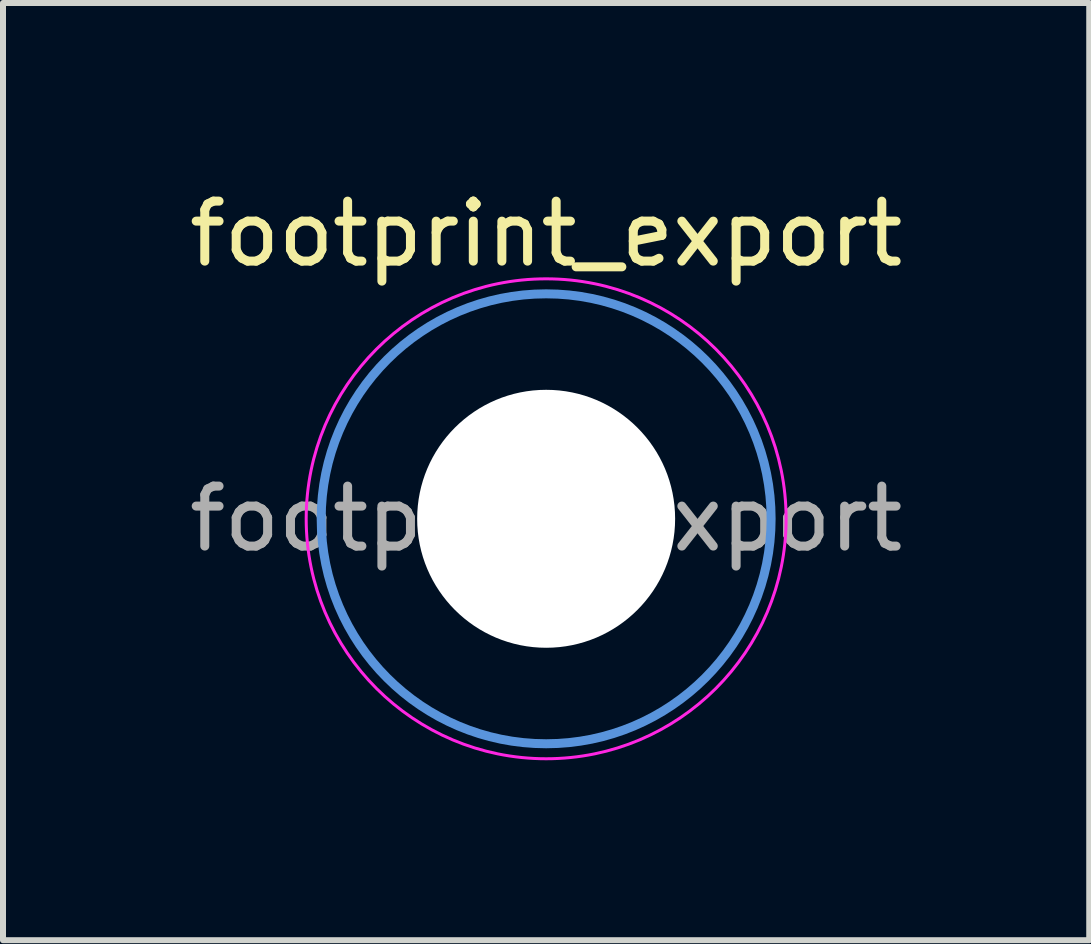
<source format=kicad_pcb>
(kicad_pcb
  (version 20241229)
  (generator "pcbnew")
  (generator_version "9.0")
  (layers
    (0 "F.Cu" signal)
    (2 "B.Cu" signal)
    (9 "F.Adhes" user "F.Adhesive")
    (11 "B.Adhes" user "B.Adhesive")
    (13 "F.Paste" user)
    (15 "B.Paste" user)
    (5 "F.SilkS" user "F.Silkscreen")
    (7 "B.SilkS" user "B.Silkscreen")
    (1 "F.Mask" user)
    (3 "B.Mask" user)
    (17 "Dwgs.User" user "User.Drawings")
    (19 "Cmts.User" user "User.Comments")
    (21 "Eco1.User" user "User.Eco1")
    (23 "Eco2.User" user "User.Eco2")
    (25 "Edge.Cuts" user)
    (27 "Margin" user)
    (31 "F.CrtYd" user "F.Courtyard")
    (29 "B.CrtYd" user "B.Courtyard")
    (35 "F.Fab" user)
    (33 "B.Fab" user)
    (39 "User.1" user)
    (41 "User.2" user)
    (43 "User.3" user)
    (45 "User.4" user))
  (footprint "footprint_export"
    (layer "F.Cu")
    (at 6.054 5.598)
    (property "Reference" "footprint_export" (at 0 -4.75 0) (layer "F.SilkS") (effects (font (size 1 1) (thickness 0.15))))
    (attr exclude_from_pos_files exclude_from_bom)
    (fp_circle (center 0 0) (end 3.75 0) (stroke (width 0.15) (type solid)) (fill no) (layer "Cmts.User"))
    (fp_circle (center 0 0) (end 4 0) (stroke (width 0.05) (type solid)) (fill no) (layer "F.CrtYd"))
    (fp_text user "${REFERENCE}" (at 0 0 0) (layer "F.Fab") (effects (font (size 1 1) (thickness 0.15))))
    (pad "" np_thru_hole circle (at 0 0) (size 4.3 4.3) (drill 4.3) (layers "*.Cu" "*.Mask")))
  (gr_rect
    (start -3 -3)
    (end 15.107 12.623)
    (stroke (width 0.1) (type default))
    (fill no)
    (layer "Edge.Cuts")))
</source>
